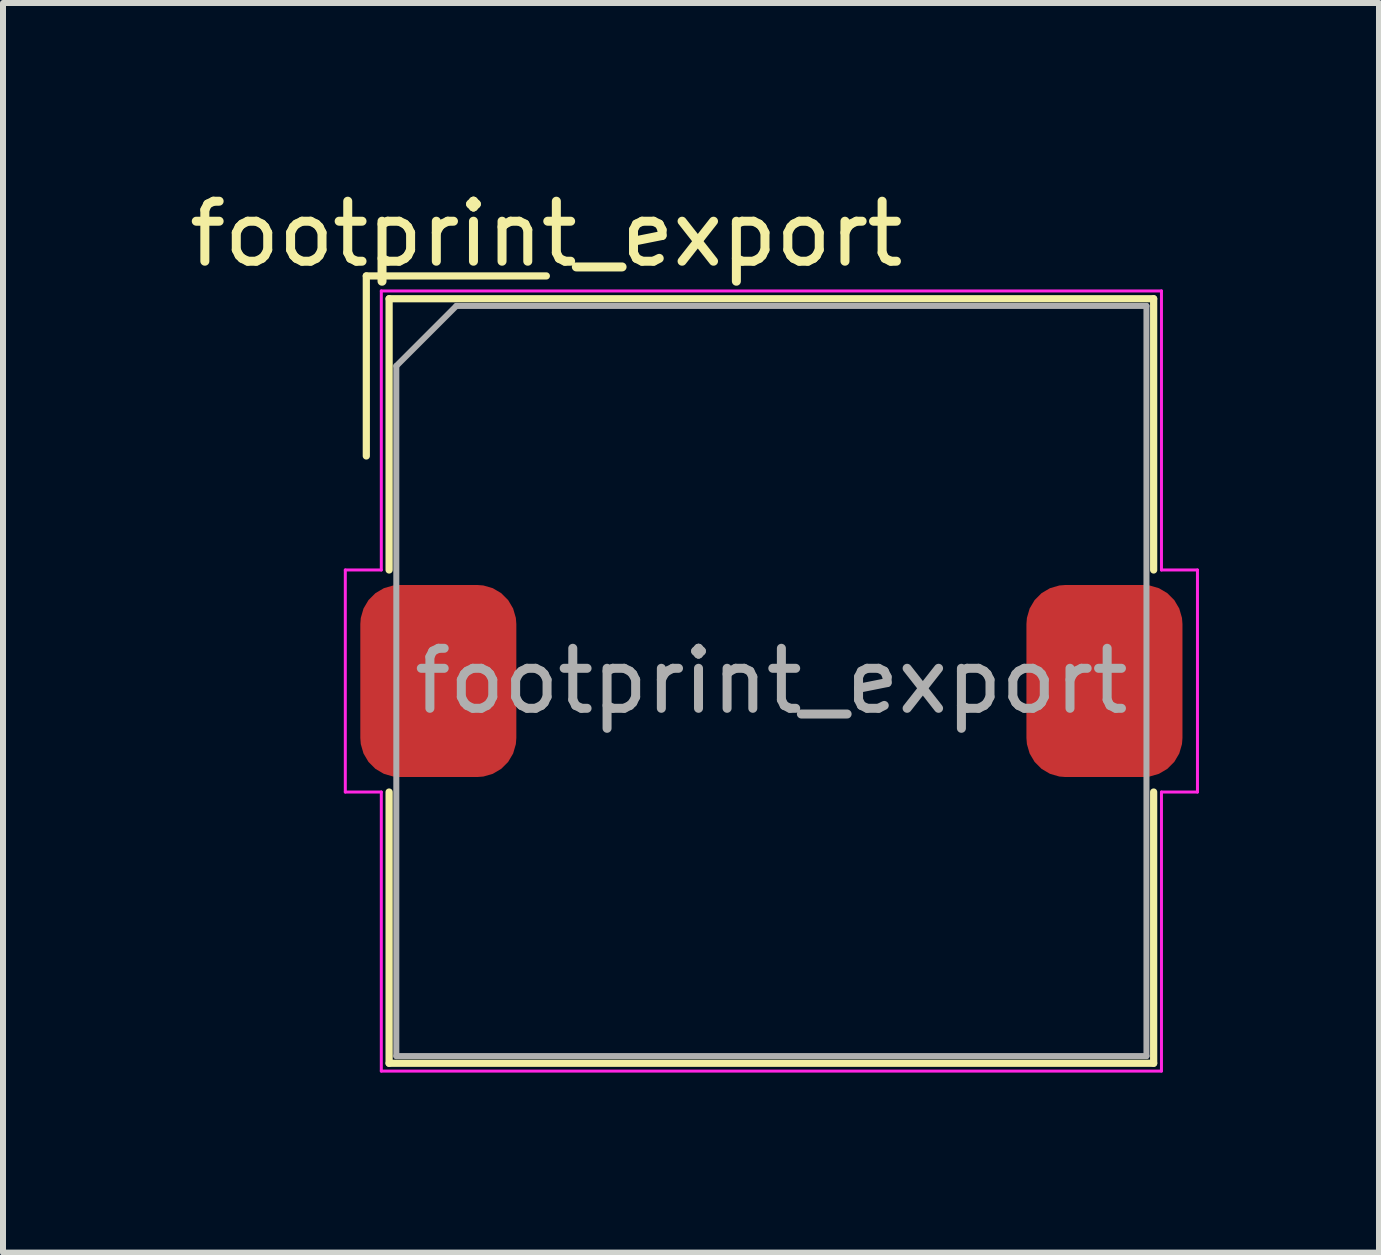
<source format=kicad_pcb>
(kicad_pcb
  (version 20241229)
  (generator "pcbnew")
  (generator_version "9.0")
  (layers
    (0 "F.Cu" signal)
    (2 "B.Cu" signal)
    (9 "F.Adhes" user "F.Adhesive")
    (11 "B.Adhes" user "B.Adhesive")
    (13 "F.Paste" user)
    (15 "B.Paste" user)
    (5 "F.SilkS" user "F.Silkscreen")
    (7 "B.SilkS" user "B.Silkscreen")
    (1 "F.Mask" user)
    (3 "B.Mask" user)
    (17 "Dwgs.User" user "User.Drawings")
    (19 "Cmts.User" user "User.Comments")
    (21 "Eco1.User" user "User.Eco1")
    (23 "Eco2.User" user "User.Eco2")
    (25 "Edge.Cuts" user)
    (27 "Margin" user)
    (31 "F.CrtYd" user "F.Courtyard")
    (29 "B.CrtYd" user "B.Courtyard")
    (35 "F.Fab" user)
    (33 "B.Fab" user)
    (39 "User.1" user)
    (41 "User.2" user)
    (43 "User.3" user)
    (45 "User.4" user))
  (footprint "footprint_export"
    (layer "F.Cu")
    (at 9.804 8.298)
    (property "Reference" "footprint_export" (at -3.75 -7.45 0) (layer "F.SilkS") (effects (font (size 1 1) (thickness 0.15))))
    (attr smd)
    (fp_line (start -6.75 -6.75) (end -3.75 -6.75) (stroke (width 0.12) (type solid)) (layer "F.SilkS"))
    (fp_line (start -6.75 -3.75) (end -6.75 -6.75) (stroke (width 0.12) (type solid)) (layer "F.SilkS"))
    (fp_line (start -6.37 -6.37) (end -6.37 -1.85) (stroke (width 0.12) (type solid)) (layer "F.SilkS"))
    (fp_line (start -6.37 -6.37) (end 6.37 -6.37) (stroke (width 0.12) (type solid)) (layer "F.SilkS"))
    (fp_line (start -6.37 1.85) (end -6.37 6.37) (stroke (width 0.12) (type solid)) (layer "F.SilkS"))
    (fp_line (start -6.37 6.37) (end 6.37 6.37) (stroke (width 0.12) (type solid)) (layer "F.SilkS"))
    (fp_line (start 6.37 -6.37) (end 6.37 -1.85) (stroke (width 0.12) (type solid)) (layer "F.SilkS"))
    (fp_line (start 6.37 1.85) (end 6.37 6.37) (stroke (width 0.12) (type solid)) (layer "F.SilkS"))
    (fp_line (start -7.1 -1.85) (end -7.1 1.85) (stroke (width 0.05) (type solid)) (layer "F.CrtYd"))
    (fp_line (start -7.1 1.85) (end -6.5 1.85) (stroke (width 0.05) (type solid)) (layer "F.CrtYd"))
    (fp_line (start -6.5 -6.5) (end -6.5 -1.85) (stroke (width 0.05) (type solid)) (layer "F.CrtYd"))
    (fp_line (start -6.5 -6.5) (end 6.5 -6.5) (stroke (width 0.05) (type solid)) (layer "F.CrtYd"))
    (fp_line (start -6.5 -1.85) (end -7.1 -1.85) (stroke (width 0.05) (type solid)) (layer "F.CrtYd"))
    (fp_line (start -6.5 1.85) (end -6.5 6.5) (stroke (width 0.05) (type solid)) (layer "F.CrtYd"))
    (fp_line (start -6.5 6.5) (end 6.5 6.5) (stroke (width 0.05) (type solid)) (layer "F.CrtYd"))
    (fp_line (start 6.5 -6.5) (end 6.5 -1.85) (stroke (width 0.05) (type solid)) (layer "F.CrtYd"))
    (fp_line (start 6.5 -1.85) (end 7.1 -1.85) (stroke (width 0.05) (type solid)) (layer "F.CrtYd"))
    (fp_line (start 6.5 1.85) (end 6.5 6.5) (stroke (width 0.05) (type solid)) (layer "F.CrtYd"))
    (fp_line (start 7.1 -1.85) (end 7.1 1.85) (stroke (width 0.05) (type solid)) (layer "F.CrtYd"))
    (fp_line (start 7.1 1.85) (end 6.5 1.85) (stroke (width 0.05) (type solid)) (layer "F.CrtYd"))
    (fp_line (start -6.25 -5.25) (end -5.25 -6.25) (stroke (width 0.1) (type solid)) (layer "F.Fab"))
    (fp_line (start -6.25 6.25) (end -6.25 -5.25) (stroke (width 0.1) (type solid)) (layer "F.Fab"))
    (fp_line (start -5.25 -6.25) (end 6.25 -6.25) (stroke (width 0.1) (type solid)) (layer "F.Fab"))
    (fp_line (start 6.25 -6.25) (end 6.25 6.25) (stroke (width 0.1) (type solid)) (layer "F.Fab"))
    (fp_line (start 6.25 6.25) (end -6.25 6.25) (stroke (width 0.1) (type solid)) (layer "F.Fab"))
    (fp_text user "${REFERENCE}" (at 0 0 0) (layer "F.Fab") (effects (font (size 1 1) (thickness 0.15))))
    (pad "1" smd roundrect (at -5.55 0) (size 2.6 3.2) (layers "F.Cu" "F.Mask" "F.Paste") (roundrect_rratio 0.25))
    (pad "2" smd roundrect (at 5.55 0) (size 2.6 3.2) (layers "F.Cu" "F.Mask" "F.Paste") (roundrect_rratio 0.25)))
  (gr_rect
    (start -3 -3)
    (end 19.929 17.823)
    (stroke (width 0.1) (type default))
    (fill no)
    (layer "Edge.Cuts")))
</source>
